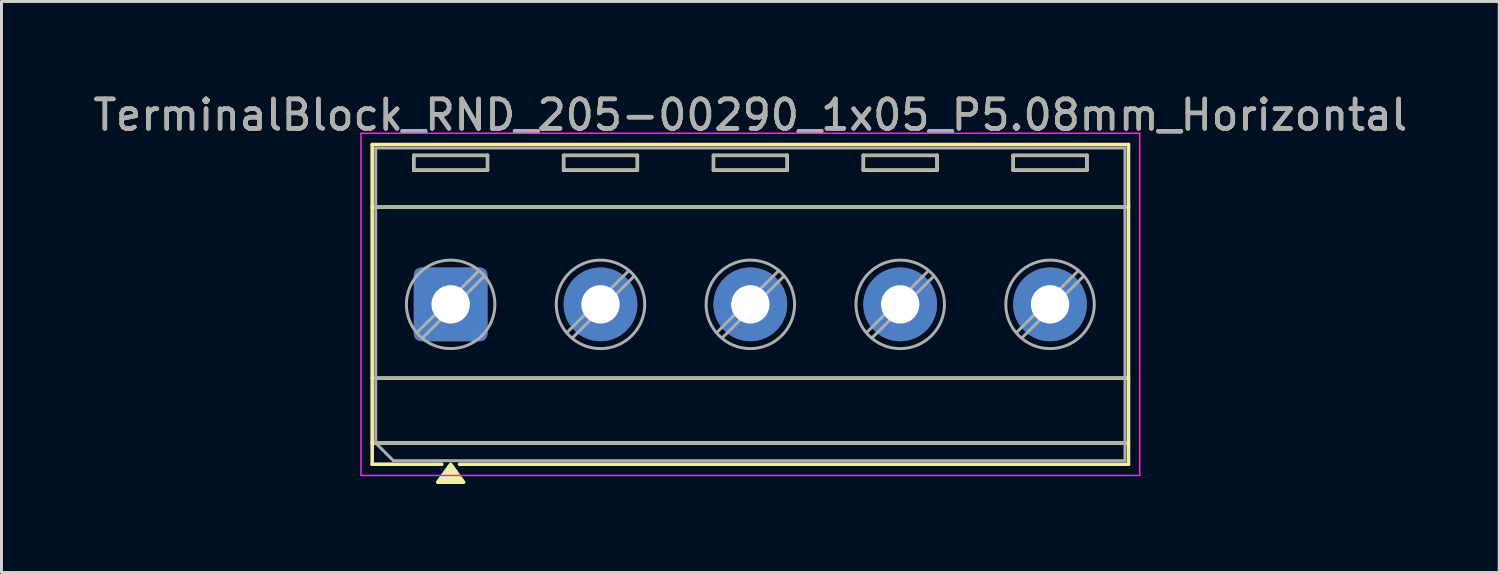
<source format=kicad_pcb>
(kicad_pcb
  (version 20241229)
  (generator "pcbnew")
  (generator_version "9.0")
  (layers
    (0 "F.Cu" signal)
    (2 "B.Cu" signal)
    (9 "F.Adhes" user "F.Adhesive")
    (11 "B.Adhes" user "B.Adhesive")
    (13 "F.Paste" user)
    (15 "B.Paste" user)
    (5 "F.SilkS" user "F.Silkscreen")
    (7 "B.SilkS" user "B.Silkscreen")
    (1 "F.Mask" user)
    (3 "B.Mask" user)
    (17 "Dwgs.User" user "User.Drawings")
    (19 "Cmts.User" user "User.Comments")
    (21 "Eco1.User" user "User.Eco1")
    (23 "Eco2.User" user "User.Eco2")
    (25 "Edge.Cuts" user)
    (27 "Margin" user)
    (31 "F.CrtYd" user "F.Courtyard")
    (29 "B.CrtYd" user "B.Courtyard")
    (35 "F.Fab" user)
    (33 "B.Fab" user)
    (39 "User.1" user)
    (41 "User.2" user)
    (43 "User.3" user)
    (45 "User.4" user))
  (footprint "TerminalBlock_RND_205-00290_1x05_P5.08mm_Horizontal"
    (layer "F.Cu")
    (at 12.227 7.268)
    (property "Reference" "TerminalBlock_RND_205-00290_1x05_P5.08mm_Horizontal" (at 10.16 -6.42 0) (layer "F.SilkS") (effects (font (size 1 1) (thickness 0.15))))
    (attr through_hole)
    (fp_line (start -2.66 -5.42) (end 22.98 -5.42) (stroke (width 0.12) (type solid)) (layer "F.SilkS"))
    (fp_line (start -2.66 -3.3) (end 22.98 -3.3) (stroke (width 0.12) (type solid)) (layer "F.SilkS"))
    (fp_line (start -2.66 2.5) (end 22.98 2.5) (stroke (width 0.12) (type solid)) (layer "F.SilkS"))
    (fp_line (start -2.66 4.7) (end 22.98 4.7) (stroke (width 0.12) (type solid)) (layer "F.SilkS"))
    (fp_line (start -2.66 5.42) (end -2.66 -5.42) (stroke (width 0.12) (type solid)) (layer "F.SilkS"))
    (fp_line (start -1.25 -5.05) (end 1.25 -5.05) (stroke (width 0.12) (type solid)) (layer "F.SilkS"))
    (fp_line (start -1.25 -4.55) (end -1.25 -5.05) (stroke (width 0.12) (type solid)) (layer "F.SilkS"))
    (fp_line (start -0.3 5.42) (end -2.66 5.42) (stroke (width 0.12) (type solid)) (layer "F.SilkS"))
    (fp_line (start 1.25 -5.05) (end 1.25 -4.55) (stroke (width 0.12) (type solid)) (layer "F.SilkS"))
    (fp_line (start 1.25 -4.55) (end -1.25 -4.55) (stroke (width 0.12) (type solid)) (layer "F.SilkS"))
    (fp_line (start 3.83 -5.05) (end 6.33 -5.05) (stroke (width 0.12) (type solid)) (layer "F.SilkS"))
    (fp_line (start 3.83 -4.55) (end 3.83 -5.05) (stroke (width 0.12) (type solid)) (layer "F.SilkS"))
    (fp_line (start 6.33 -5.05) (end 6.33 -4.55) (stroke (width 0.12) (type solid)) (layer "F.SilkS"))
    (fp_line (start 6.33 -4.55) (end 3.83 -4.55) (stroke (width 0.12) (type solid)) (layer "F.SilkS"))
    (fp_line (start 8.91 -5.05) (end 11.41 -5.05) (stroke (width 0.12) (type solid)) (layer "F.SilkS"))
    (fp_line (start 8.91 -4.55) (end 8.91 -5.05) (stroke (width 0.12) (type solid)) (layer "F.SilkS"))
    (fp_line (start 11.41 -5.05) (end 11.41 -4.55) (stroke (width 0.12) (type solid)) (layer "F.SilkS"))
    (fp_line (start 11.41 -4.55) (end 8.91 -4.55) (stroke (width 0.12) (type solid)) (layer "F.SilkS"))
    (fp_line (start 13.99 -5.05) (end 16.49 -5.05) (stroke (width 0.12) (type solid)) (layer "F.SilkS"))
    (fp_line (start 13.99 -4.55) (end 13.99 -5.05) (stroke (width 0.12) (type solid)) (layer "F.SilkS"))
    (fp_line (start 16.49 -5.05) (end 16.49 -4.55) (stroke (width 0.12) (type solid)) (layer "F.SilkS"))
    (fp_line (start 16.49 -4.55) (end 13.99 -4.55) (stroke (width 0.12) (type solid)) (layer "F.SilkS"))
    (fp_line (start 19.07 -5.05) (end 21.57 -5.05) (stroke (width 0.12) (type solid)) (layer "F.SilkS"))
    (fp_line (start 19.07 -4.55) (end 19.07 -5.05) (stroke (width 0.12) (type solid)) (layer "F.SilkS"))
    (fp_line (start 21.57 -5.05) (end 21.57 -4.55) (stroke (width 0.12) (type solid)) (layer "F.SilkS"))
    (fp_line (start 21.57 -4.55) (end 19.07 -4.55) (stroke (width 0.12) (type solid)) (layer "F.SilkS"))
    (fp_line (start 22.98 -5.42) (end 22.98 5.42) (stroke (width 0.12) (type solid)) (layer "F.SilkS"))
    (fp_line (start 22.98 5.42) (end 0.3 5.42) (stroke (width 0.12) (type solid)) (layer "F.SilkS"))
    (fp_poly (pts (xy 0 5.42) (xy 0.44 6.03) (xy -0.44 6.03)) (stroke (width 0.12) (type solid)) (fill yes) (layer "F.SilkS"))
    (fp_line (start -3.04 -5.8) (end -3.04 5.8) (stroke (width 0.05) (type solid)) (layer "F.CrtYd"))
    (fp_line (start -3.04 5.8) (end 23.36 5.8) (stroke (width 0.05) (type solid)) (layer "F.CrtYd"))
    (fp_line (start 23.36 -5.8) (end -3.04 -5.8) (stroke (width 0.05) (type solid)) (layer "F.CrtYd"))
    (fp_line (start 23.36 5.8) (end 23.36 -5.8) (stroke (width 0.05) (type solid)) (layer "F.CrtYd"))
    (fp_line (start -2.54 -5.3) (end 22.86 -5.3) (stroke (width 0.1) (type solid)) (layer "F.Fab"))
    (fp_line (start -2.54 -3.3) (end 22.86 -3.3) (stroke (width 0.1) (type solid)) (layer "F.Fab"))
    (fp_line (start -2.54 2.5) (end 22.86 2.5) (stroke (width 0.1) (type solid)) (layer "F.Fab"))
    (fp_line (start -2.54 4.7) (end -2.54 -5.3) (stroke (width 0.1) (type solid)) (layer "F.Fab"))
    (fp_line (start -2.54 4.7) (end 22.86 4.7) (stroke (width 0.1) (type solid)) (layer "F.Fab"))
    (fp_line (start -1.94 5.3) (end -2.54 4.7) (stroke (width 0.1) (type solid)) (layer "F.Fab"))
    (fp_line (start -1.25 -5.05) (end -1.25 -4.55) (stroke (width 0.1) (type solid)) (layer "F.Fab"))
    (fp_line (start -1.25 -4.55) (end 1.25 -4.55) (stroke (width 0.1) (type solid)) (layer "F.Fab"))
    (fp_line (start 0.955 -1.138) (end -1.138 0.955) (stroke (width 0.1) (type solid)) (layer "F.Fab"))
    (fp_line (start 1.138 -0.955) (end -0.955 1.138) (stroke (width 0.1) (type solid)) (layer "F.Fab"))
    (fp_line (start 1.25 -5.05) (end -1.25 -5.05) (stroke (width 0.1) (type solid)) (layer "F.Fab"))
    (fp_line (start 1.25 -4.55) (end 1.25 -5.05) (stroke (width 0.1) (type solid)) (layer "F.Fab"))
    (fp_line (start 3.83 -5.05) (end 3.83 -4.55) (stroke (width 0.1) (type solid)) (layer "F.Fab"))
    (fp_line (start 3.83 -4.55) (end 6.33 -4.55) (stroke (width 0.1) (type solid)) (layer "F.Fab"))
    (fp_line (start 6.035 -1.138) (end 3.942 0.955) (stroke (width 0.1) (type solid)) (layer "F.Fab"))
    (fp_line (start 6.218 -0.955) (end 4.125 1.138) (stroke (width 0.1) (type solid)) (layer "F.Fab"))
    (fp_line (start 6.33 -5.05) (end 3.83 -5.05) (stroke (width 0.1) (type solid)) (layer "F.Fab"))
    (fp_line (start 6.33 -4.55) (end 6.33 -5.05) (stroke (width 0.1) (type solid)) (layer "F.Fab"))
    (fp_line (start 8.91 -5.05) (end 8.91 -4.55) (stroke (width 0.1) (type solid)) (layer "F.Fab"))
    (fp_line (start 8.91 -4.55) (end 11.41 -4.55) (stroke (width 0.1) (type solid)) (layer "F.Fab"))
    (fp_line (start 11.115 -1.138) (end 9.022 0.955) (stroke (width 0.1) (type solid)) (layer "F.Fab"))
    (fp_line (start 11.298 -0.955) (end 9.205 1.138) (stroke (width 0.1) (type solid)) (layer "F.Fab"))
    (fp_line (start 11.41 -5.05) (end 8.91 -5.05) (stroke (width 0.1) (type solid)) (layer "F.Fab"))
    (fp_line (start 11.41 -4.55) (end 11.41 -5.05) (stroke (width 0.1) (type solid)) (layer "F.Fab"))
    (fp_line (start 13.99 -5.05) (end 13.99 -4.55) (stroke (width 0.1) (type solid)) (layer "F.Fab"))
    (fp_line (start 13.99 -4.55) (end 16.49 -4.55) (stroke (width 0.1) (type solid)) (layer "F.Fab"))
    (fp_line (start 16.195 -1.138) (end 14.102 0.955) (stroke (width 0.1) (type solid)) (layer "F.Fab"))
    (fp_line (start 16.378 -0.955) (end 14.285 1.138) (stroke (width 0.1) (type solid)) (layer "F.Fab"))
    (fp_line (start 16.49 -5.05) (end 13.99 -5.05) (stroke (width 0.1) (type solid)) (layer "F.Fab"))
    (fp_line (start 16.49 -4.55) (end 16.49 -5.05) (stroke (width 0.1) (type solid)) (layer "F.Fab"))
    (fp_line (start 19.07 -5.05) (end 19.07 -4.55) (stroke (width 0.1) (type solid)) (layer "F.Fab"))
    (fp_line (start 19.07 -4.55) (end 21.57 -4.55) (stroke (width 0.1) (type solid)) (layer "F.Fab"))
    (fp_line (start 21.275 -1.138) (end 19.182 0.955) (stroke (width 0.1) (type solid)) (layer "F.Fab"))
    (fp_line (start 21.458 -0.955) (end 19.365 1.138) (stroke (width 0.1) (type solid)) (layer "F.Fab"))
    (fp_line (start 21.57 -5.05) (end 19.07 -5.05) (stroke (width 0.1) (type solid)) (layer "F.Fab"))
    (fp_line (start 21.57 -4.55) (end 21.57 -5.05) (stroke (width 0.1) (type solid)) (layer "F.Fab"))
    (fp_line (start 22.86 -5.3) (end 22.86 5.3) (stroke (width 0.1) (type solid)) (layer "F.Fab"))
    (fp_line (start 22.86 5.3) (end -1.94 5.3) (stroke (width 0.1) (type solid)) (layer "F.Fab"))
    (fp_circle (center 0 0) (end 1.5 0) (stroke (width 0.1) (type solid)) (fill no) (layer "F.Fab"))
    (fp_circle (center 5.08 0) (end 6.58 0) (stroke (width 0.1) (type solid)) (fill no) (layer "F.Fab"))
    (fp_circle (center 10.16 0) (end 11.66 0) (stroke (width 0.1) (type solid)) (fill no) (layer "F.Fab"))
    (fp_circle (center 15.24 0) (end 16.74 0) (stroke (width 0.1) (type solid)) (fill no) (layer "F.Fab"))
    (fp_circle (center 20.32 0) (end 21.82 0) (stroke (width 0.1) (type solid)) (fill no) (layer "F.Fab"))
    (fp_text user "${REFERENCE}" (at 10.16 -6.42 0) (layer "F.Fab") (effects (font (size 1 1) (thickness 0.15))))
    (pad "1" thru_hole roundrect (at 0 0) (size 2.5 2.5) (drill 1.3) (layers "*.Cu" "*.Mask") (roundrect_rratio 0.1))
    (pad "2" thru_hole circle (at 5.08 0) (size 2.5 2.5) (drill 1.3) (layers "*.Cu" "*.Mask"))
    (pad "3" thru_hole circle (at 10.16 0) (size 2.5 2.5) (drill 1.3) (layers "*.Cu" "*.Mask"))
    (pad "4" thru_hole circle (at 15.24 0) (size 2.5 2.5) (drill 1.3) (layers "*.Cu" "*.Mask"))
    (pad "5" thru_hole circle (at 20.32 0) (size 2.5 2.5) (drill 1.3) (layers "*.Cu" "*.Mask")))
  (gr_rect
    (start -3 -3)
    (end 47.774 16.358)
    (stroke (width 0.1) (type default))
    (fill no)
    (layer "Edge.Cuts")))
</source>
